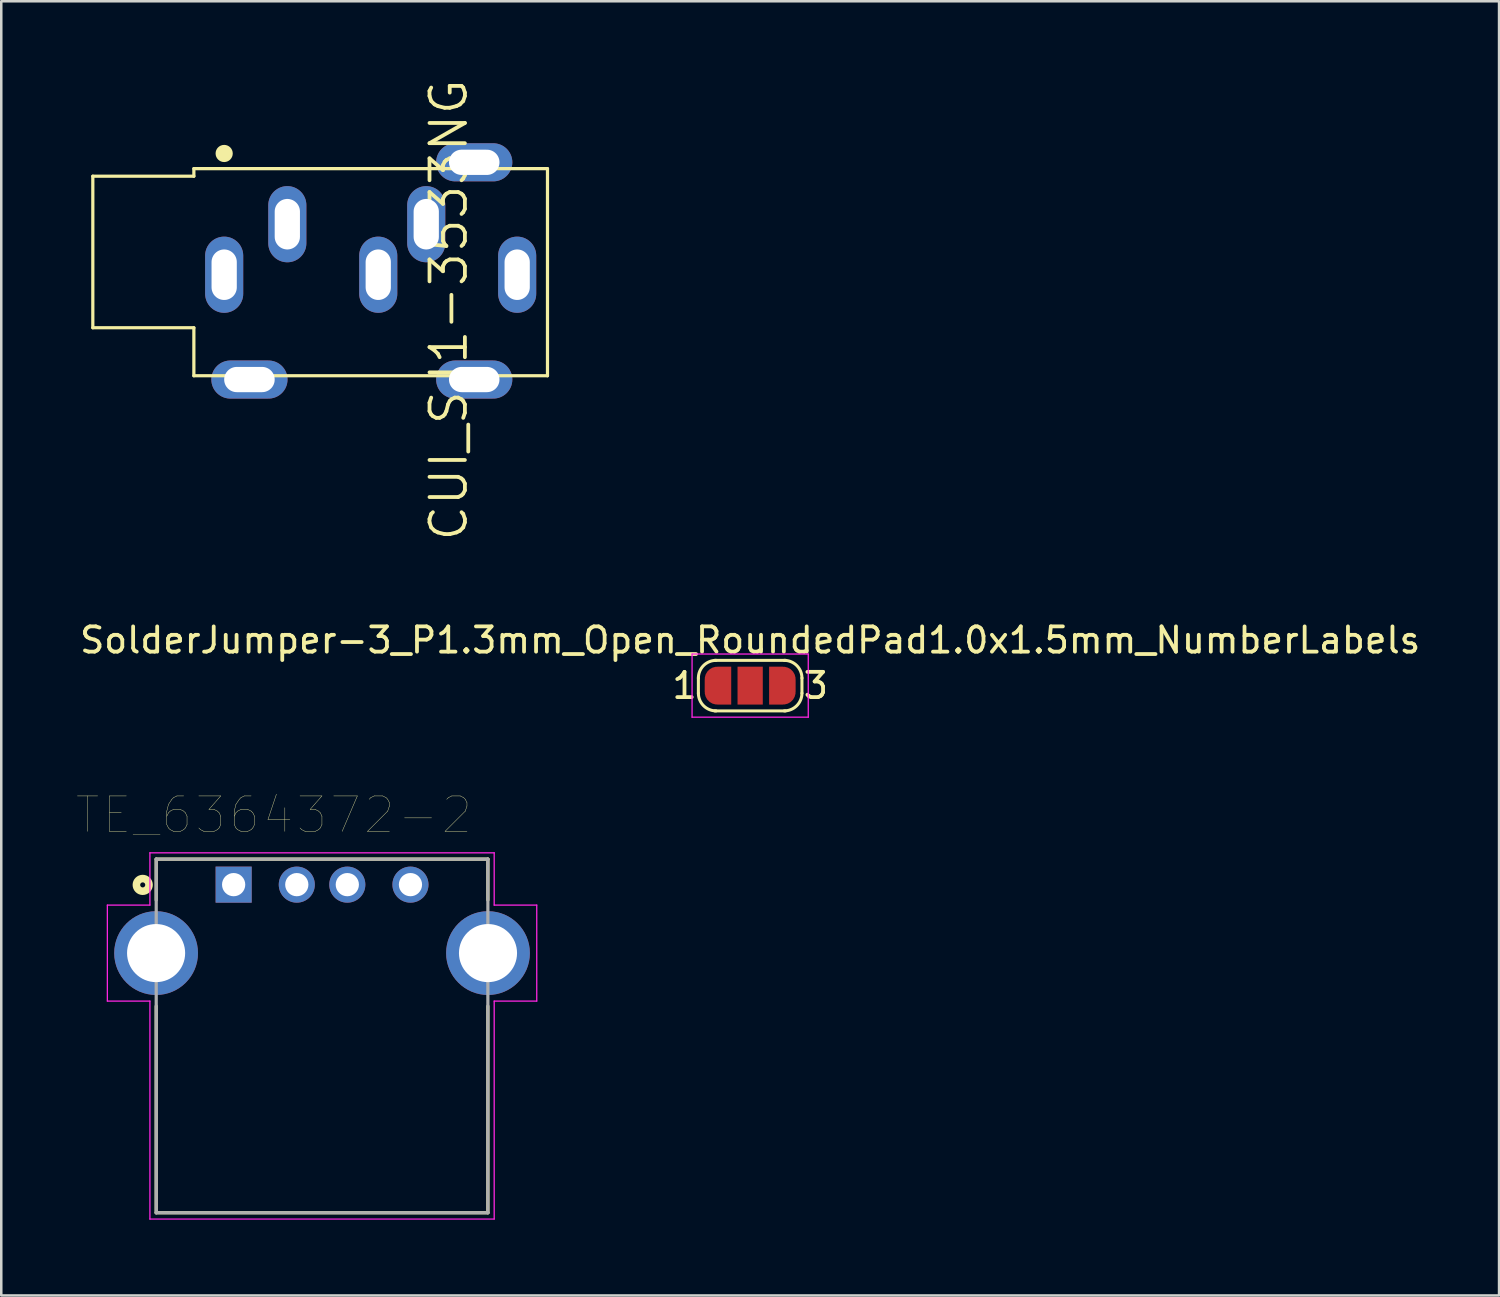
<source format=kicad_pcb>
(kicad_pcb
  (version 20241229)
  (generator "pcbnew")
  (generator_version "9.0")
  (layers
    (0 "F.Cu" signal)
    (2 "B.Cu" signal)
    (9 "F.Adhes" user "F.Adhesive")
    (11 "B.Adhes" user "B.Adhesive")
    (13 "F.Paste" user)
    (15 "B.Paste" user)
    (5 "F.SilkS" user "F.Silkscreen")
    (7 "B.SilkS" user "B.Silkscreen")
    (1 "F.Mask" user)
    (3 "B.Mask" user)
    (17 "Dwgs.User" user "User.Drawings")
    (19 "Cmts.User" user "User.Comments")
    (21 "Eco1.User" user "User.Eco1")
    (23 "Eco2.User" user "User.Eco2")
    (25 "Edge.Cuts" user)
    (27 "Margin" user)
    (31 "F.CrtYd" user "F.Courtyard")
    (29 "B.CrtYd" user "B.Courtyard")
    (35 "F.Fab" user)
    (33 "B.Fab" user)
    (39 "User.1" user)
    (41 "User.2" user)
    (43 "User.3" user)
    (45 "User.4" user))
  (footprint "TE_6364372-2"
    (layer "F.Cu")
    (at 9.7 34.683)
    (property "Reference" "TE_6364372-2" (at -1.907 -5.468 0) (layer "F.SilkS") (effects (font (size 1.402 1.402) (thickness 0.015))))
    (attr through_hole)
    (fp_line (start -6.565 -3.72) (end 6.565 -3.72) (stroke (width 0.127) (type solid)) (layer "F.SilkS"))
    (fp_line (start -6.565 -2.1) (end -6.565 -3.72) (stroke (width 0.127) (type solid)) (layer "F.SilkS"))
    (fp_line (start -6.565 10.28) (end -6.565 2.1) (stroke (width 0.127) (type solid)) (layer "F.SilkS"))
    (fp_line (start 6.565 -3.72) (end 6.565 -2.1) (stroke (width 0.127) (type solid)) (layer "F.SilkS"))
    (fp_line (start 6.565 2.1) (end 6.565 10.28) (stroke (width 0.127) (type solid)) (layer "F.SilkS"))
    (fp_line (start 6.565 10.28) (end -6.565 10.28) (stroke (width 0.127) (type solid)) (layer "F.SilkS"))
    (fp_circle (center -7.1 -2.7) (end -7 -2.7) (stroke (width 0.3) (type solid)) (fill no) (layer "F.SilkS"))
    (fp_line (start -8.5 -1.9) (end -6.815 -1.9) (stroke (width 0.05) (type solid)) (layer "F.CrtYd"))
    (fp_line (start -8.5 1.9) (end -8.5 -1.9) (stroke (width 0.05) (type solid)) (layer "F.CrtYd"))
    (fp_line (start -6.815 -3.97) (end 6.815 -3.97) (stroke (width 0.05) (type solid)) (layer "F.CrtYd"))
    (fp_line (start -6.815 -1.9) (end -6.815 -3.97) (stroke (width 0.05) (type solid)) (layer "F.CrtYd"))
    (fp_line (start -6.815 1.9) (end -8.5 1.9) (stroke (width 0.05) (type solid)) (layer "F.CrtYd"))
    (fp_line (start -6.815 10.53) (end -6.815 1.9) (stroke (width 0.05) (type solid)) (layer "F.CrtYd"))
    (fp_line (start 6.815 -3.97) (end 6.815 -1.9) (stroke (width 0.05) (type solid)) (layer "F.CrtYd"))
    (fp_line (start 6.815 -1.9) (end 8.5 -1.9) (stroke (width 0.05) (type solid)) (layer "F.CrtYd"))
    (fp_line (start 6.815 1.9) (end 6.815 10.53) (stroke (width 0.05) (type solid)) (layer "F.CrtYd"))
    (fp_line (start 6.815 10.53) (end -6.815 10.53) (stroke (width 0.05) (type solid)) (layer "F.CrtYd"))
    (fp_line (start 8.5 -1.9) (end 8.5 1.9) (stroke (width 0.05) (type solid)) (layer "F.CrtYd"))
    (fp_line (start 8.5 1.9) (end 6.815 1.9) (stroke (width 0.05) (type solid)) (layer "F.CrtYd"))
    (fp_line (start -6.565 -3.72) (end 6.565 -3.72) (stroke (width 0.127) (type solid)) (layer "F.Fab"))
    (fp_line (start -6.565 10.28) (end -6.565 -3.72) (stroke (width 0.127) (type solid)) (layer "F.Fab"))
    (fp_line (start 6.565 -3.72) (end 6.565 10.28) (stroke (width 0.127) (type solid)) (layer "F.Fab"))
    (fp_line (start 6.565 10.28) (end -6.565 10.28) (stroke (width 0.127) (type solid)) (layer "F.Fab"))
    (pad "1" thru_hole rect (at -3.5 -2.71) (size 1.428 1.428) (drill 0.92) (layers "*.Cu" "*.Mask"))
    (pad "2" thru_hole circle (at -1 -2.71) (size 1.428 1.428) (drill 0.92) (layers "*.Cu" "*.Mask"))
    (pad "3" thru_hole circle (at 1 -2.71) (size 1.428 1.428) (drill 0.92) (layers "*.Cu" "*.Mask"))
    (pad "4" thru_hole circle (at 3.5 -2.71) (size 1.428 1.428) (drill 0.92) (layers "*.Cu" "*.Mask"))
    (pad "SH1" thru_hole circle (at -6.57 0) (size 3.316 3.316) (drill 2.3) (layers "*.Cu" "*.Mask"))
    (pad "SH2" thru_hole circle (at 6.57 0) (size 3.316 3.316) (drill 2.3) (layers "*.Cu" "*.Mask")))
  (footprint "CUI_SJ1-3533NG"
    (layer "F.Cu")
    (at 5.825 7.826)
    (property "Reference" "CUI_SJ1-3533NG" (at 8.89 1.397 90) (layer "F.SilkS") (effects (font (size 1.401 1.401) (thickness 0.15))))
    (attr through_hole)
    (fp_line (start -5.2 -3.9) (end -1.2 -3.9) (stroke (width 0.127) (type solid)) (layer "F.SilkS"))
    (fp_line (start -5.2 2.1) (end -5.2 -3.9) (stroke (width 0.127) (type solid)) (layer "F.SilkS"))
    (fp_line (start -1.2 -4.2) (end 12.8 -4.2) (stroke (width 0.127) (type solid)) (layer "F.SilkS"))
    (fp_line (start -1.2 -3.9) (end -1.2 -4.2) (stroke (width 0.127) (type solid)) (layer "F.SilkS"))
    (fp_line (start -1.2 2.1) (end -5.2 2.1) (stroke (width 0.127) (type solid)) (layer "F.SilkS"))
    (fp_line (start -1.2 4) (end -1.2 2.1) (stroke (width 0.127) (type solid)) (layer "F.SilkS"))
    (fp_line (start 12.8 -4.2) (end 12.8 4) (stroke (width 0.127) (type solid)) (layer "F.SilkS"))
    (fp_line (start 12.8 4) (end -1.2 4) (stroke (width 0.127) (type solid)) (layer "F.SilkS"))
    (fp_circle (center 0 -4.8) (end 0.17 -4.8) (stroke (width 0.34) (type solid)) (fill no) (layer "F.SilkS"))
    (fp_line (start -5.5 -4.2) (end -1.5 -4.2) (stroke (width 0.05) (type solid)) (layer "Eco1.User"))
    (fp_line (start -5.5 2.4) (end -5.5 -4.2) (stroke (width 0.05) (type solid)) (layer "Eco1.User"))
    (fp_line (start -1.5 -4.5) (end 13.1 -4.5) (stroke (width 0.05) (type solid)) (layer "Eco1.User"))
    (fp_line (start -1.5 -4.2) (end -1.5 -4.5) (stroke (width 0.05) (type solid)) (layer "Eco1.User"))
    (fp_line (start -1.5 2.4) (end -5.5 2.4) (stroke (width 0.05) (type solid)) (layer "Eco1.User"))
    (fp_line (start -1.5 4.3) (end -1.5 2.4) (stroke (width 0.05) (type solid)) (layer "Eco1.User"))
    (fp_line (start 13.1 -4.5) (end 13.1 4.3) (stroke (width 0.05) (type solid)) (layer "Eco1.User"))
    (fp_line (start 13.1 4.3) (end -1.5 4.3) (stroke (width 0.05) (type solid)) (layer "Eco1.User"))
    (fp_line (start -5.8 -0.9) (end 13.5 -0.9) (stroke (width 0.05) (type solid)) (layer "Eco2.User"))
    (fp_line (start -5.2 -3.9) (end -1.2 -3.9) (stroke (width 0.127) (type solid)) (layer "Eco2.User"))
    (fp_line (start -5.2 2.1) (end -5.2 -3.9) (stroke (width 0.127) (type solid)) (layer "Eco2.User"))
    (fp_line (start -1.2 -4.2) (end 12.8 -4.2) (stroke (width 0.127) (type solid)) (layer "Eco2.User"))
    (fp_line (start -1.2 -3.9) (end -1.2 -4.2) (stroke (width 0.127) (type solid)) (layer "Eco2.User"))
    (fp_line (start -1.2 2.1) (end -5.2 2.1) (stroke (width 0.127) (type solid)) (layer "Eco2.User"))
    (fp_line (start -1.2 4) (end -1.2 2.1) (stroke (width 0.127) (type solid)) (layer "Eco2.User"))
    (fp_line (start 12.8 -4.2) (end 12.8 4) (stroke (width 0.127) (type solid)) (layer "Eco2.User"))
    (fp_line (start 12.8 4) (end -1.2 4) (stroke (width 0.127) (type solid)) (layer "Eco2.User"))
    (pad "R" thru_hole oval (at 2.5 -2 90) (size 3.016 1.508) (drill oval 2 1) (layers "*.Cu" "*.Mask"))
    (pad "RS" thru_hole oval (at 6.1 0 90) (size 3.016 1.508) (drill oval 2 1) (layers "*.Cu" "*.Mask"))
    (pad "S" thru_hole oval (at 0 0 90) (size 3.016 1.508) (drill oval 2 1) (layers "*.Cu" "*.Mask"))
    (pad "S" thru_hole oval (at 1 4.15 180) (size 3.016 1.508) (drill oval 2 1) (layers "*.Cu" "*.Mask"))
    (pad "S" thru_hole oval (at 9.9 -4.45 180) (size 3.016 1.508) (drill oval 2 1) (layers "*.Cu" "*.Mask"))
    (pad "S" thru_hole oval (at 9.9 4.15 180) (size 3.016 1.508) (drill oval 2 1) (layers "*.Cu" "*.Mask"))
    (pad "T" thru_hole oval (at 8 -2 90) (size 3.016 1.508) (drill oval 2 1) (layers "*.Cu" "*.Mask"))
    (pad "TS" thru_hole oval (at 11.6 0 90) (size 3.016 1.508) (drill oval 2 1) (layers "*.Cu" "*.Mask")))
  (footprint "SolderJumper-3_P1.3mm_Open_RoundedPad1.0x1.5mm_NumberLabels"
    (layer "F.Cu")
    (at 26.649 24.094)
    (property "Reference" "SolderJumper-3_P1.3mm_Open_RoundedPad1.0x1.5mm_NumberLabels" (at 0 -1.8 0) (layer "F.SilkS") (effects (font (size 1 1) (thickness 0.15))))
    (attr exclude_from_pos_files exclude_from_bom)
    (fp_line (start -2.05 0.3) (end -2.05 -0.3) (stroke (width 0.12) (type solid)) (layer "F.SilkS"))
    (fp_line (start -1.4 -1) (end 1.4 -1) (stroke (width 0.12) (type solid)) (layer "F.SilkS"))
    (fp_line (start 1.4 1) (end -1.4 1) (stroke (width 0.12) (type solid)) (layer "F.SilkS"))
    (fp_line (start 2.05 -0.3) (end 2.05 0.3) (stroke (width 0.12) (type solid)) (layer "F.SilkS"))
    (fp_arc (start -2.05 -0.3) (mid -1.844975 -0.794975) (end -1.35 -1) (stroke (width 0.12) (type solid)) (layer "F.SilkS"))
    (fp_arc (start -1.35 1) (mid -1.844975 0.794975) (end -2.05 0.3) (stroke (width 0.12) (type solid)) (layer "F.SilkS"))
    (fp_arc (start 1.35 -1) (mid 1.844975 -0.794975) (end 2.05 -0.3) (stroke (width 0.12) (type solid)) (layer "F.SilkS"))
    (fp_arc (start 2.05 0.3) (mid 1.844975 0.794975) (end 1.35 1) (stroke (width 0.12) (type solid)) (layer "F.SilkS"))
    (fp_line (start -2.3 -1.25) (end -2.3 1.25) (stroke (width 0.05) (type solid)) (layer "F.CrtYd"))
    (fp_line (start -2.3 -1.25) (end 2.3 -1.25) (stroke (width 0.05) (type solid)) (layer "F.CrtYd"))
    (fp_line (start 2.3 1.25) (end -2.3 1.25) (stroke (width 0.05) (type solid)) (layer "F.CrtYd"))
    (fp_line (start 2.3 1.25) (end 2.3 -1.25) (stroke (width 0.05) (type solid)) (layer "F.CrtYd"))
    (fp_text user "1" (at -2.6 0 0) (layer "F.SilkS") (effects (font (size 1 1) (thickness 0.15))))
    (fp_text user "3" (at 2.6 0 0) (layer "F.SilkS") (effects (font (size 1 1) (thickness 0.15))))
    (pad "1" smd custom (at -1.3 0) (size 1 0.5) (layers "F.Cu" "F.Mask") (options (anchor rect)) (primitives (gr_circle (center 0 0.25) (end 0.5 0.25) (width 0) (fill yes)) (gr_circle (center 0 -0.25) (end 0.5 -0.25) (width 0) (fill yes)) (gr_poly (pts (xy 0.55 -0.75) (xy 0 -0.75) (xy 0 0.75) (xy 0.55 0.75)) (width 0) (fill yes))))
    (pad "2" smd rect (at 0 0) (size 1 1.5) (layers "F.Cu" "F.Mask"))
    (pad "3" smd custom (at 1.3 0) (size 1 0.5) (layers "F.Cu" "F.Mask") (options (anchor rect)) (primitives (gr_circle (center 0 0.25) (end 0.5 0.25) (width 0) (fill yes)) (gr_circle (center 0 -0.25) (end 0.5 -0.25) (width 0) (fill yes)) (gr_poly (pts (xy -0.55 -0.75) (xy 0 -0.75) (xy 0 0.75) (xy -0.55 0.75)) (width 0) (fill yes)))))
  (gr_rect
    (start -3 -3)
    (end 56.298 48.238)
    (stroke (width 0.1) (type default))
    (fill no)
    (layer "Edge.Cuts")))
</source>
